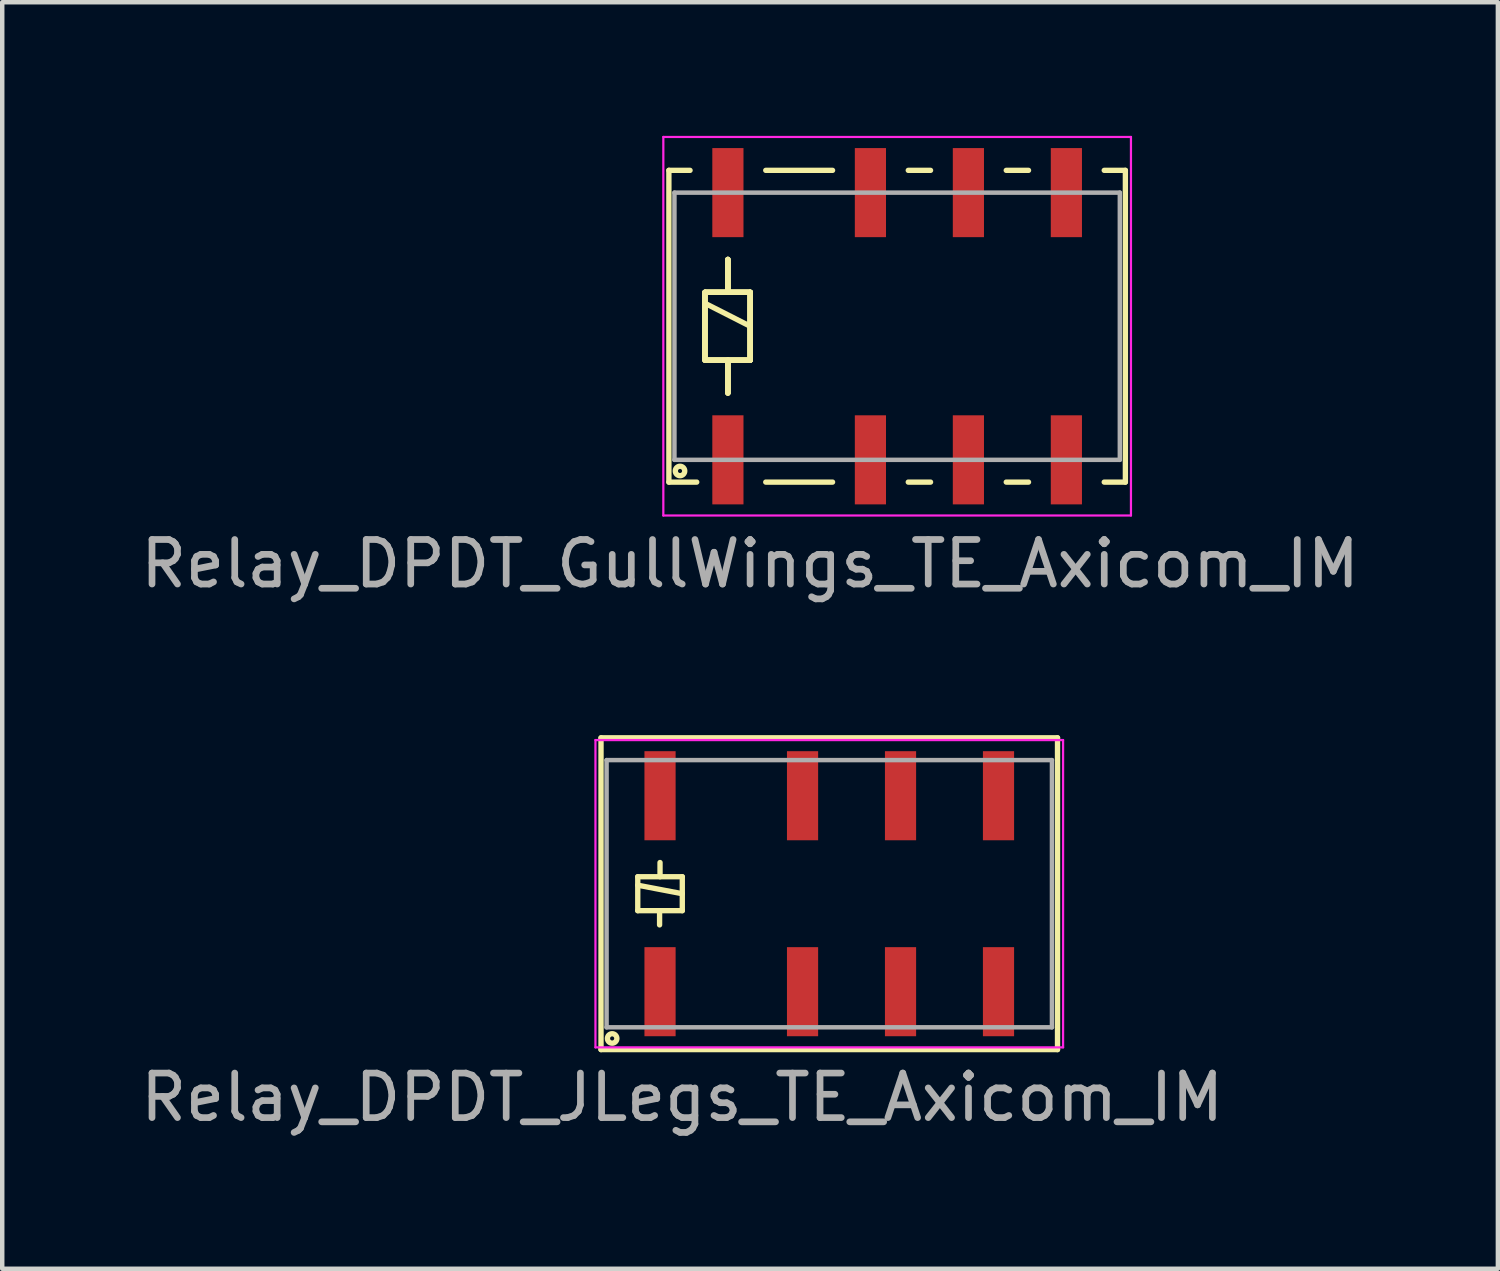
<source format=kicad_pcb>
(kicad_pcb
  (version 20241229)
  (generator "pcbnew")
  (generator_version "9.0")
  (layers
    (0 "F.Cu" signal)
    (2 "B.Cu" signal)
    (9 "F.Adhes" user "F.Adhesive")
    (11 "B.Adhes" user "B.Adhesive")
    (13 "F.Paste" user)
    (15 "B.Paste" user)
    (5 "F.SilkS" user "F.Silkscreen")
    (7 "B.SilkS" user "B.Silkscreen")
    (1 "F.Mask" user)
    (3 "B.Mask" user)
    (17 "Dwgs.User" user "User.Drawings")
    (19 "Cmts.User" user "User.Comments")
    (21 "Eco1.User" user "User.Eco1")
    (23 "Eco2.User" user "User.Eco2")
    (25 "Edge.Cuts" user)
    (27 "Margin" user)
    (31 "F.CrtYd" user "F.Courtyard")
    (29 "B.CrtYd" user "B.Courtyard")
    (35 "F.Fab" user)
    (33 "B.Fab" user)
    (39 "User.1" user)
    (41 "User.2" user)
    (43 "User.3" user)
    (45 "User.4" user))
  (footprint "Relay_DPDT_GullWings_TE_Axicom_IM"
    (layer "F.Cu")
    (at 17.094 4.275)
    (property "Reference" "Relay_DPDT_GullWings_TE_Axicom_IM" (at -3.302 5.334 180) (layer "F.Fab") (effects (font (size 1 1) (thickness 0.15))))
    (attr smd)
    (fp_line (start -5.125 -3.5) (end -5.125 3.5) (stroke (width 0.12) (type solid)) (layer "F.SilkS"))
    (fp_line (start -5.125 -3.5) (end -4.65 -3.5) (stroke (width 0.12) (type solid)) (layer "F.SilkS"))
    (fp_line (start -5.125 3.5) (end -4.5 3.5) (stroke (width 0.12) (type solid)) (layer "F.SilkS"))
    (fp_line (start -4.316 -0.762) (end -4.316 0.762) (stroke (width 0.12) (type solid)) (layer "F.SilkS"))
    (fp_line (start -4.316 -0.762) (end -4.316 0.762) (stroke (width 0.12) (type solid)) (layer "F.SilkS"))
    (fp_line (start -4.316 -0.762) (end -4.316 0.762) (stroke (width 0.12) (type solid)) (layer "F.SilkS"))
    (fp_line (start -4.316 -0.762) (end -4.316 0.762) (stroke (width 0.12) (type solid)) (layer "F.SilkS"))
    (fp_line (start -4.3 -0.762) (end -3.3 -0.762) (stroke (width 0.12) (type solid)) (layer "F.SilkS"))
    (fp_line (start -4.3 -0.762) (end -3.3 -0.762) (stroke (width 0.12) (type solid)) (layer "F.SilkS"))
    (fp_line (start -4.3 -0.762) (end -3.3 -0.762) (stroke (width 0.12) (type solid)) (layer "F.SilkS"))
    (fp_line (start -4.3 -0.762) (end -3.3 -0.762) (stroke (width 0.12) (type solid)) (layer "F.SilkS"))
    (fp_line (start -4.3 0.762) (end -3.3 0.762) (stroke (width 0.12) (type solid)) (layer "F.SilkS"))
    (fp_line (start -4.3 0.762) (end -3.3 0.762) (stroke (width 0.12) (type solid)) (layer "F.SilkS"))
    (fp_line (start -4.3 0.762) (end -3.3 0.762) (stroke (width 0.12) (type solid)) (layer "F.SilkS"))
    (fp_line (start -4.3 0.762) (end -3.3 0.762) (stroke (width 0.12) (type solid)) (layer "F.SilkS"))
    (fp_line (start -3.8 -1.5) (end -3.8 -0.762) (stroke (width 0.12) (type solid)) (layer "F.SilkS"))
    (fp_line (start -3.8 -1.5) (end -3.8 -0.762) (stroke (width 0.12) (type solid)) (layer "F.SilkS"))
    (fp_line (start -3.8 -1.5) (end -3.8 -0.762) (stroke (width 0.12) (type solid)) (layer "F.SilkS"))
    (fp_line (start -3.8 -1.5) (end -3.8 -0.762) (stroke (width 0.12) (type solid)) (layer "F.SilkS"))
    (fp_line (start -3.8 0.762) (end -3.8 1.5) (stroke (width 0.12) (type solid)) (layer "F.SilkS"))
    (fp_line (start -3.8 0.762) (end -3.8 1.5) (stroke (width 0.12) (type solid)) (layer "F.SilkS"))
    (fp_line (start -3.8 0.762) (end -3.8 1.5) (stroke (width 0.12) (type solid)) (layer "F.SilkS"))
    (fp_line (start -3.8 0.762) (end -3.8 1.5) (stroke (width 0.12) (type solid)) (layer "F.SilkS"))
    (fp_line (start -3.3 -0.762) (end -3.3 0.762) (stroke (width 0.12) (type solid)) (layer "F.SilkS"))
    (fp_line (start -3.3 -0.762) (end -3.3 0.762) (stroke (width 0.12) (type solid)) (layer "F.SilkS"))
    (fp_line (start -3.3 -0.762) (end -3.3 0.762) (stroke (width 0.12) (type solid)) (layer "F.SilkS"))
    (fp_line (start -3.3 -0.762) (end -3.3 0.762) (stroke (width 0.12) (type solid)) (layer "F.SilkS"))
    (fp_line (start -3.3 0) (end -4.3 -0.508) (stroke (width 0.12) (type solid)) (layer "F.SilkS"))
    (fp_line (start -2.95 -3.5) (end -1.45 -3.5) (stroke (width 0.12) (type solid)) (layer "F.SilkS"))
    (fp_line (start -2.95 3.5) (end -1.45 3.5) (stroke (width 0.12) (type solid)) (layer "F.SilkS"))
    (fp_line (start 0.25 -3.5) (end 0.75 -3.5) (stroke (width 0.12) (type solid)) (layer "F.SilkS"))
    (fp_line (start 0.25 3.5) (end 0.75 3.5) (stroke (width 0.12) (type solid)) (layer "F.SilkS"))
    (fp_line (start 2.45 -3.5) (end 2.95 -3.5) (stroke (width 0.12) (type solid)) (layer "F.SilkS"))
    (fp_line (start 2.45 3.5) (end 2.95 3.5) (stroke (width 0.12) (type solid)) (layer "F.SilkS"))
    (fp_line (start 4.65 -3.5) (end 5.125 -3.5) (stroke (width 0.12) (type solid)) (layer "F.SilkS"))
    (fp_line (start 4.65 3.5) (end 5.125 3.5) (stroke (width 0.12) (type solid)) (layer "F.SilkS"))
    (fp_line (start 5.125 -3.5) (end 5.125 3.5) (stroke (width 0.12) (type solid)) (layer "F.SilkS"))
    (fp_circle (center -4.875 3.25) (end -4.95 3.325) (stroke (width 0.12) (type solid)) (fill no) (layer "F.SilkS"))
    (fp_line (start -5.25 -4.25) (end -5.25 4.25) (stroke (width 0.05) (type solid)) (layer "F.CrtYd"))
    (fp_line (start -5.25 -4.25) (end 5.25 -4.25) (stroke (width 0.05) (type solid)) (layer "F.CrtYd"))
    (fp_line (start 5.25 -4.25) (end 5.25 4.25) (stroke (width 0.05) (type solid)) (layer "F.CrtYd"))
    (fp_line (start 5.25 4.25) (end -5.25 4.25) (stroke (width 0.05) (type solid)) (layer "F.CrtYd"))
    (fp_line (start -5 -3) (end 5 -3) (stroke (width 0.1) (type solid)) (layer "F.Fab"))
    (fp_line (start -5 3) (end -5 -3) (stroke (width 0.1) (type solid)) (layer "F.Fab"))
    (fp_line (start -5 3) (end 5 3) (stroke (width 0.1) (type solid)) (layer "F.Fab"))
    (fp_line (start 5 3) (end 5 -3) (stroke (width 0.1) (type solid)) (layer "F.Fab"))
    (pad "1" smd rect (at -3.8 3) (size 0.7 2) (layers "F.Cu" "F.Mask" "F.Paste"))
    (pad "2" smd rect (at -0.6 3) (size 0.7 2) (layers "F.Cu" "F.Mask" "F.Paste"))
    (pad "3" smd rect (at 1.6 3) (size 0.7 2) (layers "F.Cu" "F.Mask" "F.Paste"))
    (pad "4" smd rect (at 3.8 3) (size 0.7 2) (layers "F.Cu" "F.Mask" "F.Paste"))
    (pad "5" smd rect (at 3.8 -3) (size 0.7 2) (layers "F.Cu" "F.Mask" "F.Paste"))
    (pad "6" smd rect (at 1.6 -3) (size 0.7 2) (layers "F.Cu" "F.Mask" "F.Paste"))
    (pad "7" smd rect (at -0.6 -3) (size 0.7 2) (layers "F.Cu" "F.Mask" "F.Paste"))
    (pad "8" smd rect (at -3.8 -3) (size 0.7 2) (layers "F.Cu" "F.Mask" "F.Paste")))
  (footprint "Relay_DPDT_JLegs_TE_Axicom_IM"
    (layer "F.Cu")
    (at 15.57 17.017)
    (property "Reference" "Relay_DPDT_JLegs_TE_Axicom_IM" (at -3.302 4.572 180) (layer "F.Fab") (effects (font (size 1 1) (thickness 0.15))))
    (attr smd)
    (fp_line (start -5.125 -3.5) (end -5.125 3.5) (stroke (width 0.12) (type solid)) (layer "F.SilkS"))
    (fp_line (start -5.125 -3.5) (end 5.125 -3.5) (stroke (width 0.12) (type solid)) (layer "F.SilkS"))
    (fp_line (start -5.125 3.5) (end 5.125 3.5) (stroke (width 0.12) (type solid)) (layer "F.SilkS"))
    (fp_line (start -4.3 -0.381) (end -4.3 0.381) (stroke (width 0.12) (type solid)) (layer "F.SilkS"))
    (fp_line (start -4.3 -0.191) (end -3.3 0) (stroke (width 0.12) (type solid)) (layer "F.SilkS"))
    (fp_line (start -3.81 0.381) (end -3.81 0.7) (stroke (width 0.12) (type solid)) (layer "F.SilkS"))
    (fp_line (start -3.8 -0.7) (end -3.8 -0.381) (stroke (width 0.12) (type solid)) (layer "F.SilkS"))
    (fp_line (start -3.3 -0.381) (end -4.3 -0.381) (stroke (width 0.12) (type solid)) (layer "F.SilkS"))
    (fp_line (start -3.3 -0.381) (end -3.3 0.381) (stroke (width 0.12) (type solid)) (layer "F.SilkS"))
    (fp_line (start -3.3 0.381) (end -4.3 0.381) (stroke (width 0.12) (type solid)) (layer "F.SilkS"))
    (fp_line (start 5.125 -3.5) (end 5.125 3.5) (stroke (width 0.12) (type solid)) (layer "F.SilkS"))
    (fp_circle (center -4.875 3.25) (end -4.95 3.325) (stroke (width 0.12) (type solid)) (fill no) (layer "F.SilkS"))
    (fp_line (start -5.25 -3.45) (end -5.25 3.45) (stroke (width 0.05) (type solid)) (layer "F.CrtYd"))
    (fp_line (start -5.25 -3.45) (end 5.25 -3.45) (stroke (width 0.05) (type solid)) (layer "F.CrtYd"))
    (fp_line (start 5.25 -3.45) (end 5.25 3.45) (stroke (width 0.05) (type solid)) (layer "F.CrtYd"))
    (fp_line (start 5.25 3.45) (end -5.25 3.45) (stroke (width 0.05) (type solid)) (layer "F.CrtYd"))
    (fp_line (start -5 -3) (end 5 -3) (stroke (width 0.1) (type solid)) (layer "F.Fab"))
    (fp_line (start -5 3) (end -5 -3) (stroke (width 0.1) (type solid)) (layer "F.Fab"))
    (fp_line (start -5 3) (end 5 3) (stroke (width 0.1) (type solid)) (layer "F.Fab"))
    (fp_line (start 5 3) (end 5 -3) (stroke (width 0.1) (type solid)) (layer "F.Fab"))
    (pad "1" smd rect (at -3.8 2.2) (size 0.7 2) (layers "F.Cu" "F.Mask" "F.Paste"))
    (pad "2" smd rect (at -0.6 2.2) (size 0.7 2) (layers "F.Cu" "F.Mask" "F.Paste"))
    (pad "3" smd rect (at 1.6 2.2) (size 0.7 2) (layers "F.Cu" "F.Mask" "F.Paste"))
    (pad "4" smd rect (at 3.8 2.2) (size 0.7 2) (layers "F.Cu" "F.Mask" "F.Paste"))
    (pad "5" smd rect (at 3.8 -2.2) (size 0.7 2) (layers "F.Cu" "F.Mask" "F.Paste"))
    (pad "6" smd rect (at 1.6 -2.2) (size 0.7 2) (layers "F.Cu" "F.Mask" "F.Paste"))
    (pad "7" smd rect (at -0.6 -2.2) (size 0.7 2) (layers "F.Cu" "F.Mask" "F.Paste"))
    (pad "8" smd rect (at -3.8 -2.2) (size 0.7 2) (layers "F.Cu" "F.Mask" "F.Paste")))
  (gr_rect
    (start -3 -3)
    (end 30.583 25.438)
    (stroke (width 0.1) (type default))
    (fill no)
    (layer "Edge.Cuts")))
</source>
